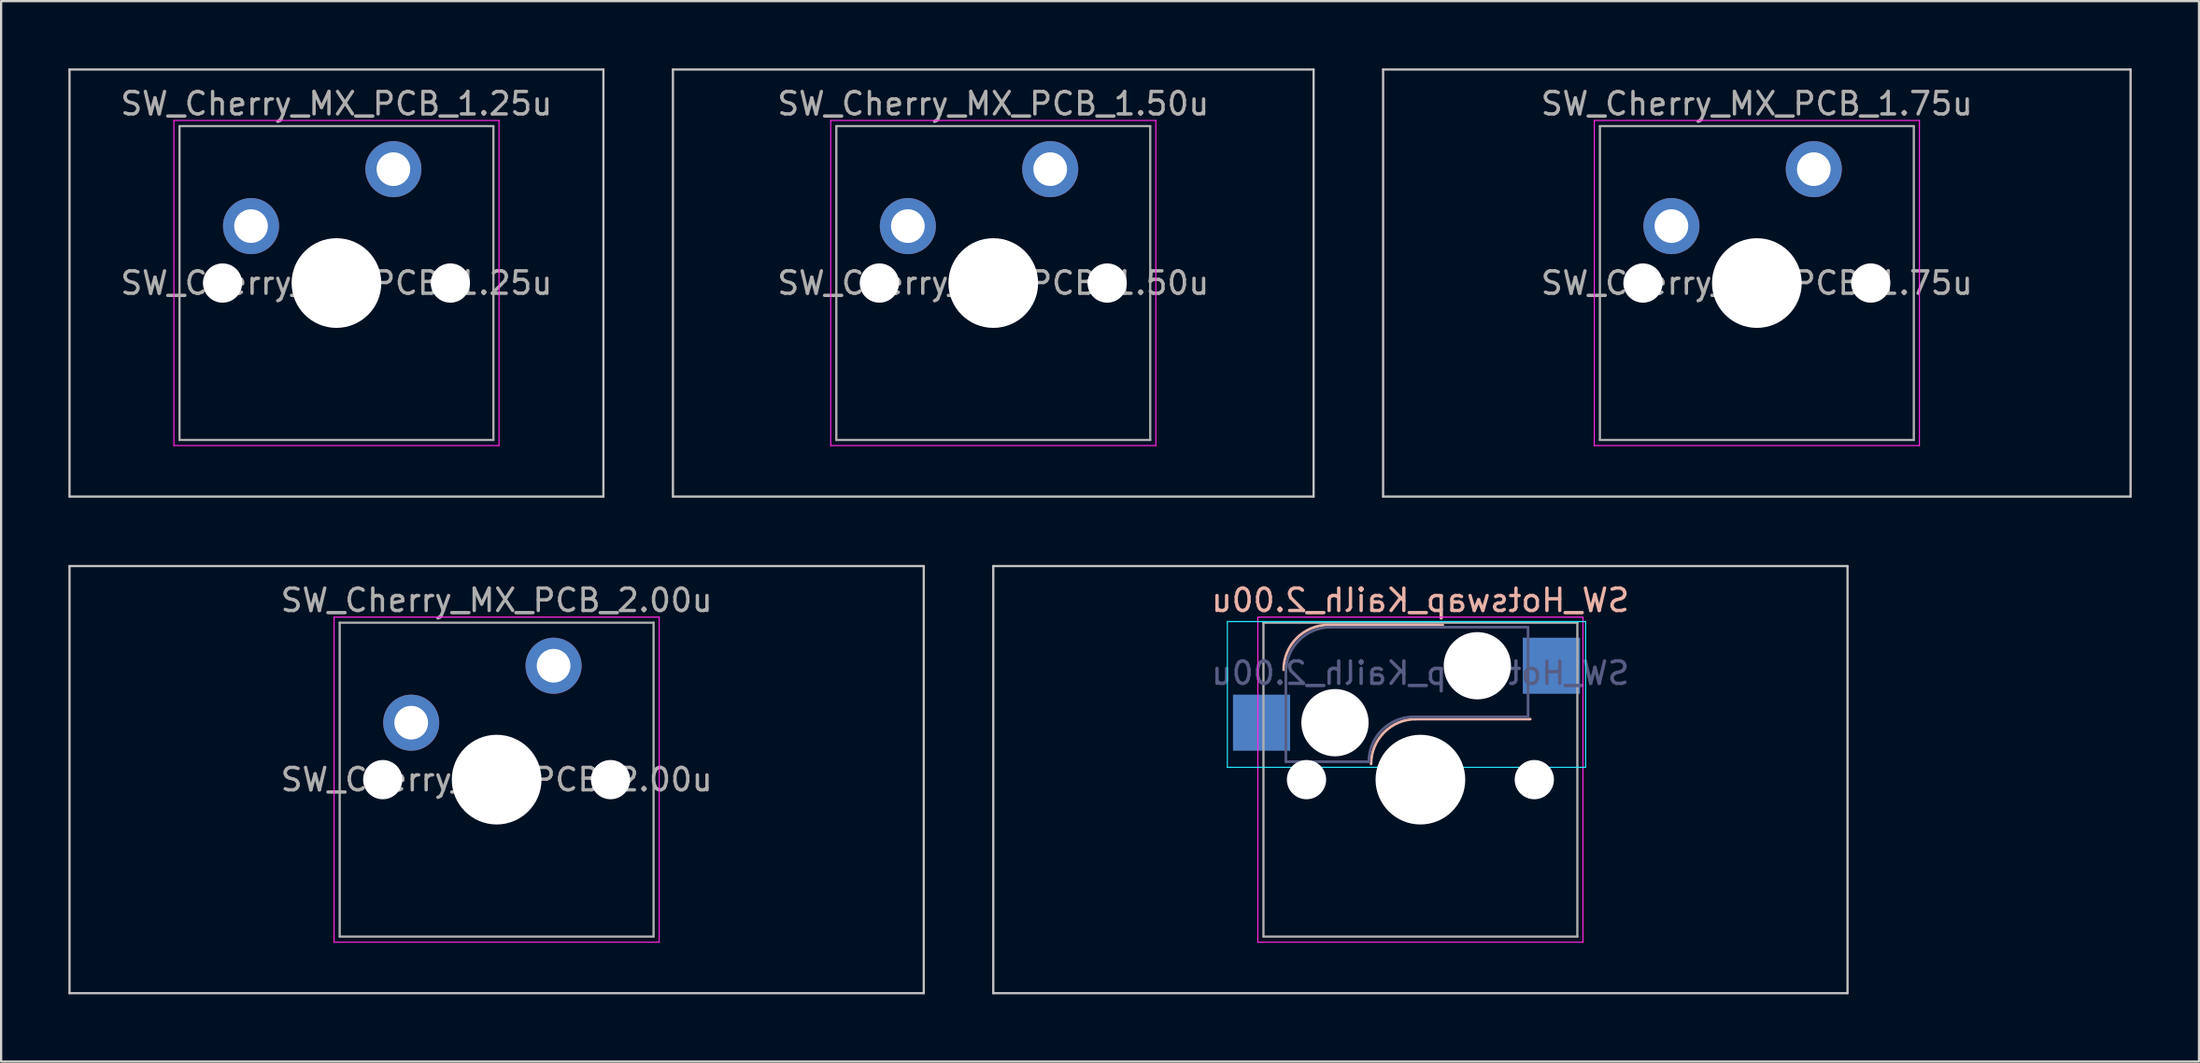
<source format=kicad_pcb>
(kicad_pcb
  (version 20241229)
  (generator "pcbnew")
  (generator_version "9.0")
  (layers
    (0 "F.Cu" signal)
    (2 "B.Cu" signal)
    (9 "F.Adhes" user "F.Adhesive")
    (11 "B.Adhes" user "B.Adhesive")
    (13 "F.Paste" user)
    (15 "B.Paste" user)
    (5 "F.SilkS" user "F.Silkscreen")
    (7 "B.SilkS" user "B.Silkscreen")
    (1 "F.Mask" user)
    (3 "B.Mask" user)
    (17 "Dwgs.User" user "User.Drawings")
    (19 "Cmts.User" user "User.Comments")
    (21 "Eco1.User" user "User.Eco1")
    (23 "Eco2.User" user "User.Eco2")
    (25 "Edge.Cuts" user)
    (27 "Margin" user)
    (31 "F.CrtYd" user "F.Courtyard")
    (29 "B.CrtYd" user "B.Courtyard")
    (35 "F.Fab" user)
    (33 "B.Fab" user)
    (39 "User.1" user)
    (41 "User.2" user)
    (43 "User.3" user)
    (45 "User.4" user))
  (footprint "SW_Cherry_MX_PCB_1.25u"
    (layer "F.Cu")
    (at 11.956 9.575)
    (property "Reference" "SW_Cherry_MX_PCB_1.25u" (at 0 -8 0) (layer "F.Fab") (effects (font (size 1 1) (thickness 0.15))))
    (fp_line (start -11.906 -9.525) (end -11.906 9.525) (stroke (width 0.1) (type solid)) (layer "Dwgs.User"))
    (fp_line (start -11.906 9.525) (end 11.906 9.525) (stroke (width 0.1) (type solid)) (layer "Dwgs.User"))
    (fp_line (start 11.906 -9.525) (end -11.906 -9.525) (stroke (width 0.1) (type solid)) (layer "Dwgs.User"))
    (fp_line (start 11.906 9.525) (end 11.906 -9.525) (stroke (width 0.1) (type solid)) (layer "Dwgs.User"))
    (fp_line (start -7.25 -7.25) (end -7.25 7.25) (stroke (width 0.05) (type solid)) (layer "F.CrtYd"))
    (fp_line (start -7.25 7.25) (end 7.25 7.25) (stroke (width 0.05) (type solid)) (layer "F.CrtYd"))
    (fp_line (start 7.25 -7.25) (end -7.25 -7.25) (stroke (width 0.05) (type solid)) (layer "F.CrtYd"))
    (fp_line (start 7.25 7.25) (end 7.25 -7.25) (stroke (width 0.05) (type solid)) (layer "F.CrtYd"))
    (fp_line (start -7 -7) (end -7 7) (stroke (width 0.1) (type solid)) (layer "F.Fab"))
    (fp_line (start -7 7) (end 7 7) (stroke (width 0.1) (type solid)) (layer "F.Fab"))
    (fp_line (start 7 -7) (end -7 -7) (stroke (width 0.1) (type solid)) (layer "F.Fab"))
    (fp_line (start 7 7) (end 7 -7) (stroke (width 0.1) (type solid)) (layer "F.Fab"))
    (fp_text user "${REFERENCE}" (at 0 0 0) (layer "F.Fab") (effects (font (size 1 1) (thickness 0.15))))
    (pad "" np_thru_hole circle (at -5.08 0) (size 1.75 1.75) (drill 1.75) (layers "*.Cu" "*.Mask"))
    (pad "" np_thru_hole circle (at 0 0) (size 4 4) (drill 4) (layers "*.Cu" "*.Mask"))
    (pad "" np_thru_hole circle (at 5.08 0) (size 1.75 1.75) (drill 1.75) (layers "*.Cu" "*.Mask"))
    (pad "1" thru_hole circle (at -3.81 -2.54) (size 2.5 2.5) (drill 1.5) (layers "*.Cu" "*.Mask"))
    (pad "2" thru_hole circle (at 2.54 -5.08) (size 2.5 2.5) (drill 1.5) (layers "*.Cu" "*.Mask")))
  (footprint "SW_Cherry_MX_PCB_2.00u"
    (layer "F.Cu")
    (at 19.1 31.725)
    (property "Reference" "SW_Cherry_MX_PCB_2.00u" (at 0 -8 0) (layer "F.Fab") (effects (font (size 1 1) (thickness 0.15))))
    (fp_line (start -19.05 -9.525) (end -19.05 9.525) (stroke (width 0.1) (type solid)) (layer "Dwgs.User"))
    (fp_line (start -19.05 9.525) (end 19.05 9.525) (stroke (width 0.1) (type solid)) (layer "Dwgs.User"))
    (fp_line (start 19.05 -9.525) (end -19.05 -9.525) (stroke (width 0.1) (type solid)) (layer "Dwgs.User"))
    (fp_line (start 19.05 9.525) (end 19.05 -9.525) (stroke (width 0.1) (type solid)) (layer "Dwgs.User"))
    (fp_line (start -7.25 -7.25) (end -7.25 7.25) (stroke (width 0.05) (type solid)) (layer "F.CrtYd"))
    (fp_line (start -7.25 7.25) (end 7.25 7.25) (stroke (width 0.05) (type solid)) (layer "F.CrtYd"))
    (fp_line (start 7.25 -7.25) (end -7.25 -7.25) (stroke (width 0.05) (type solid)) (layer "F.CrtYd"))
    (fp_line (start 7.25 7.25) (end 7.25 -7.25) (stroke (width 0.05) (type solid)) (layer "F.CrtYd"))
    (fp_line (start -7 -7) (end -7 7) (stroke (width 0.1) (type solid)) (layer "F.Fab"))
    (fp_line (start -7 7) (end 7 7) (stroke (width 0.1) (type solid)) (layer "F.Fab"))
    (fp_line (start 7 -7) (end -7 -7) (stroke (width 0.1) (type solid)) (layer "F.Fab"))
    (fp_line (start 7 7) (end 7 -7) (stroke (width 0.1) (type solid)) (layer "F.Fab"))
    (fp_text user "${REFERENCE}" (at 0 0 0) (layer "F.Fab") (effects (font (size 1 1) (thickness 0.15))))
    (pad "" np_thru_hole circle (at -5.08 0) (size 1.75 1.75) (drill 1.75) (layers "*.Cu" "*.Mask"))
    (pad "" np_thru_hole circle (at 0 0) (size 4 4) (drill 4) (layers "*.Cu" "*.Mask"))
    (pad "" np_thru_hole circle (at 5.08 0) (size 1.75 1.75) (drill 1.75) (layers "*.Cu" "*.Mask"))
    (pad "1" thru_hole circle (at -3.81 -2.54) (size 2.5 2.5) (drill 1.5) (layers "*.Cu" "*.Mask"))
    (pad "2" thru_hole circle (at 2.54 -5.08) (size 2.5 2.5) (drill 1.5) (layers "*.Cu" "*.Mask")))
  (footprint "SW_Cherry_MX_PCB_1.75u"
    (layer "F.Cu")
    (at 75.306 9.575)
    (property "Reference" "SW_Cherry_MX_PCB_1.75u" (at 0 -8 0) (layer "F.Fab") (effects (font (size 1 1) (thickness 0.15))))
    (fp_line (start -16.669 -9.525) (end -16.669 9.525) (stroke (width 0.1) (type solid)) (layer "Dwgs.User"))
    (fp_line (start -16.669 9.525) (end 16.669 9.525) (stroke (width 0.1) (type solid)) (layer "Dwgs.User"))
    (fp_line (start 16.669 -9.525) (end -16.669 -9.525) (stroke (width 0.1) (type solid)) (layer "Dwgs.User"))
    (fp_line (start 16.669 9.525) (end 16.669 -9.525) (stroke (width 0.1) (type solid)) (layer "Dwgs.User"))
    (fp_line (start -7.25 -7.25) (end -7.25 7.25) (stroke (width 0.05) (type solid)) (layer "F.CrtYd"))
    (fp_line (start -7.25 7.25) (end 7.25 7.25) (stroke (width 0.05) (type solid)) (layer "F.CrtYd"))
    (fp_line (start 7.25 -7.25) (end -7.25 -7.25) (stroke (width 0.05) (type solid)) (layer "F.CrtYd"))
    (fp_line (start 7.25 7.25) (end 7.25 -7.25) (stroke (width 0.05) (type solid)) (layer "F.CrtYd"))
    (fp_line (start -7 -7) (end -7 7) (stroke (width 0.1) (type solid)) (layer "F.Fab"))
    (fp_line (start -7 7) (end 7 7) (stroke (width 0.1) (type solid)) (layer "F.Fab"))
    (fp_line (start 7 -7) (end -7 -7) (stroke (width 0.1) (type solid)) (layer "F.Fab"))
    (fp_line (start 7 7) (end 7 -7) (stroke (width 0.1) (type solid)) (layer "F.Fab"))
    (fp_text user "${REFERENCE}" (at 0 0 0) (layer "F.Fab") (effects (font (size 1 1) (thickness 0.15))))
    (pad "" np_thru_hole circle (at -5.08 0) (size 1.75 1.75) (drill 1.75) (layers "*.Cu" "*.Mask"))
    (pad "" np_thru_hole circle (at 0 0) (size 4 4) (drill 4) (layers "*.Cu" "*.Mask"))
    (pad "" np_thru_hole circle (at 5.08 0) (size 1.75 1.75) (drill 1.75) (layers "*.Cu" "*.Mask"))
    (pad "1" thru_hole circle (at -3.81 -2.54) (size 2.5 2.5) (drill 1.5) (layers "*.Cu" "*.Mask"))
    (pad "2" thru_hole circle (at 2.54 -5.08) (size 2.5 2.5) (drill 1.5) (layers "*.Cu" "*.Mask")))
  (footprint "SW_Hotswap_Kailh_2.00u"
    (layer "F.Cu")
    (at 60.3 31.725)
    (property "Reference" "SW_Hotswap_Kailh_2.00u" (at 0 -8 0) (layer "B.SilkS") (effects (font (size 1 1) (thickness 0.15)) (justify mirror)))
    (attr smd)
    (fp_line (start -4.1 -6.9) (end 1 -6.9) (stroke (width 0.12) (type solid)) (layer "B.SilkS"))
    (fp_line (start -0.2 -2.7) (end 4.9 -2.7) (stroke (width 0.12) (type solid)) (layer "B.SilkS"))
    (fp_arc (start -6.1 -4.9) (mid -5.514214 -6.314214) (end -4.1 -6.9) (stroke (width 0.12) (type solid)) (layer "B.SilkS"))
    (fp_arc (start -2.2 -0.7) (mid -1.614214 -2.114214) (end -0.2 -2.7) (stroke (width 0.12) (type solid)) (layer "B.SilkS"))
    (fp_line (start -19.05 -9.525) (end -19.05 9.525) (stroke (width 0.1) (type solid)) (layer "Dwgs.User"))
    (fp_line (start -19.05 9.525) (end 19.05 9.525) (stroke (width 0.1) (type solid)) (layer "Dwgs.User"))
    (fp_line (start 19.05 -9.525) (end -19.05 -9.525) (stroke (width 0.1) (type solid)) (layer "Dwgs.User"))
    (fp_line (start 19.05 9.525) (end 19.05 -9.525) (stroke (width 0.1) (type solid)) (layer "Dwgs.User"))
    (fp_line (start -8.61 -7.05) (end -8.61 -0.55) (stroke (width 0.05) (type solid)) (layer "B.CrtYd"))
    (fp_line (start -8.61 -0.55) (end 7.37 -0.55) (stroke (width 0.05) (type solid)) (layer "B.CrtYd"))
    (fp_line (start 7.37 -7.05) (end -8.61 -7.05) (stroke (width 0.05) (type solid)) (layer "B.CrtYd"))
    (fp_line (start 7.37 -0.55) (end 7.37 -7.05) (stroke (width 0.05) (type solid)) (layer "B.CrtYd"))
    (fp_line (start -7.25 -7.25) (end -7.25 7.25) (stroke (width 0.05) (type solid)) (layer "F.CrtYd"))
    (fp_line (start -7.25 7.25) (end 7.25 7.25) (stroke (width 0.05) (type solid)) (layer "F.CrtYd"))
    (fp_line (start 7.25 -7.25) (end -7.25 -7.25) (stroke (width 0.05) (type solid)) (layer "F.CrtYd"))
    (fp_line (start 7.25 7.25) (end 7.25 -7.25) (stroke (width 0.05) (type solid)) (layer "F.CrtYd"))
    (fp_line (start -6 -0.8) (end -6 -4.8) (stroke (width 0.12) (type solid)) (layer "B.Fab"))
    (fp_line (start -6 -0.8) (end -2.3 -0.8) (stroke (width 0.12) (type solid)) (layer "B.Fab"))
    (fp_line (start -4 -6.8) (end 4.8 -6.8) (stroke (width 0.12) (type solid)) (layer "B.Fab"))
    (fp_line (start -0.3 -2.8) (end 4.8 -2.8) (stroke (width 0.12) (type solid)) (layer "B.Fab"))
    (fp_line (start 4.8 -6.8) (end 4.8 -2.8) (stroke (width 0.12) (type solid)) (layer "B.Fab"))
    (fp_arc (start -6 -4.8) (mid -5.414214 -6.214214) (end -4 -6.8) (stroke (width 0.12) (type solid)) (layer "B.Fab"))
    (fp_arc (start -2.3 -0.8) (mid -1.714214 -2.214214) (end -0.3 -2.8) (stroke (width 0.12) (type solid)) (layer "B.Fab"))
    (fp_line (start -7 -7) (end -7 7) (stroke (width 0.1) (type solid)) (layer "F.Fab"))
    (fp_line (start -7 7) (end 7 7) (stroke (width 0.1) (type solid)) (layer "F.Fab"))
    (fp_line (start 7 -7) (end -7 -7) (stroke (width 0.1) (type solid)) (layer "F.Fab"))
    (fp_line (start 7 7) (end 7 -7) (stroke (width 0.1) (type solid)) (layer "F.Fab"))
    (fp_text user "${REFERENCE}" (at 0 -4.75 0) (layer "B.Fab") (effects (font (size 1 1) (thickness 0.15)) (justify mirror)))
    (pad "" np_thru_hole circle (at -5.08 0) (size 1.75 1.75) (drill 1.75) (layers "*.Cu" "*.Mask"))
    (pad "" np_thru_hole circle (at -3.81 -2.54) (size 3 3) (drill 3) (layers "*.Cu" "*.Mask"))
    (pad "" np_thru_hole circle (at 0 0) (size 4 4) (drill 4) (layers "*.Cu" "*.Mask"))
    (pad "" np_thru_hole circle (at 2.54 -5.08) (size 3 3) (drill 3) (layers "*.Cu" "*.Mask"))
    (pad "" np_thru_hole circle (at 5.08 0) (size 1.75 1.75) (drill 1.75) (layers "*.Cu" "*.Mask"))
    (pad "1" smd rect (at -7.085 -2.54) (size 2.55 2.5) (layers "B.Cu" "B.Mask" "B.Paste"))
    (pad "2" smd rect (at 5.842 -5.08) (size 2.55 2.5) (layers "B.Cu" "B.Mask" "B.Paste")))
  (footprint "SW_Cherry_MX_PCB_1.50u"
    (layer "F.Cu")
    (at 41.25 9.575)
    (property "Reference" "SW_Cherry_MX_PCB_1.50u" (at 0 -8 0) (layer "F.Fab") (effects (font (size 1 1) (thickness 0.15))))
    (fp_line (start -14.287 -9.525) (end -14.287 9.525) (stroke (width 0.1) (type solid)) (layer "Dwgs.User"))
    (fp_line (start -14.287 9.525) (end 14.287 9.525) (stroke (width 0.1) (type solid)) (layer "Dwgs.User"))
    (fp_line (start 14.287 -9.525) (end -14.287 -9.525) (stroke (width 0.1) (type solid)) (layer "Dwgs.User"))
    (fp_line (start 14.287 9.525) (end 14.287 -9.525) (stroke (width 0.1) (type solid)) (layer "Dwgs.User"))
    (fp_line (start -7.25 -7.25) (end -7.25 7.25) (stroke (width 0.05) (type solid)) (layer "F.CrtYd"))
    (fp_line (start -7.25 7.25) (end 7.25 7.25) (stroke (width 0.05) (type solid)) (layer "F.CrtYd"))
    (fp_line (start 7.25 -7.25) (end -7.25 -7.25) (stroke (width 0.05) (type solid)) (layer "F.CrtYd"))
    (fp_line (start 7.25 7.25) (end 7.25 -7.25) (stroke (width 0.05) (type solid)) (layer "F.CrtYd"))
    (fp_line (start -7 -7) (end -7 7) (stroke (width 0.1) (type solid)) (layer "F.Fab"))
    (fp_line (start -7 7) (end 7 7) (stroke (width 0.1) (type solid)) (layer "F.Fab"))
    (fp_line (start 7 -7) (end -7 -7) (stroke (width 0.1) (type solid)) (layer "F.Fab"))
    (fp_line (start 7 7) (end 7 -7) (stroke (width 0.1) (type solid)) (layer "F.Fab"))
    (fp_text user "${REFERENCE}" (at 0 0 0) (layer "F.Fab") (effects (font (size 1 1) (thickness 0.15))))
    (pad "" np_thru_hole circle (at -5.08 0) (size 1.75 1.75) (drill 1.75) (layers "*.Cu" "*.Mask"))
    (pad "" np_thru_hole circle (at 0 0) (size 4 4) (drill 4) (layers "*.Cu" "*.Mask"))
    (pad "" np_thru_hole circle (at 5.08 0) (size 1.75 1.75) (drill 1.75) (layers "*.Cu" "*.Mask"))
    (pad "1" thru_hole circle (at -3.81 -2.54) (size 2.5 2.5) (drill 1.5) (layers "*.Cu" "*.Mask"))
    (pad "2" thru_hole circle (at 2.54 -5.08) (size 2.5 2.5) (drill 1.5) (layers "*.Cu" "*.Mask")))
  (gr_rect
    (start -3 -3)
    (end 95.025 44.3)
    (stroke (width 0.1) (type default))
    (fill no)
    (layer "Edge.Cuts")))
</source>
